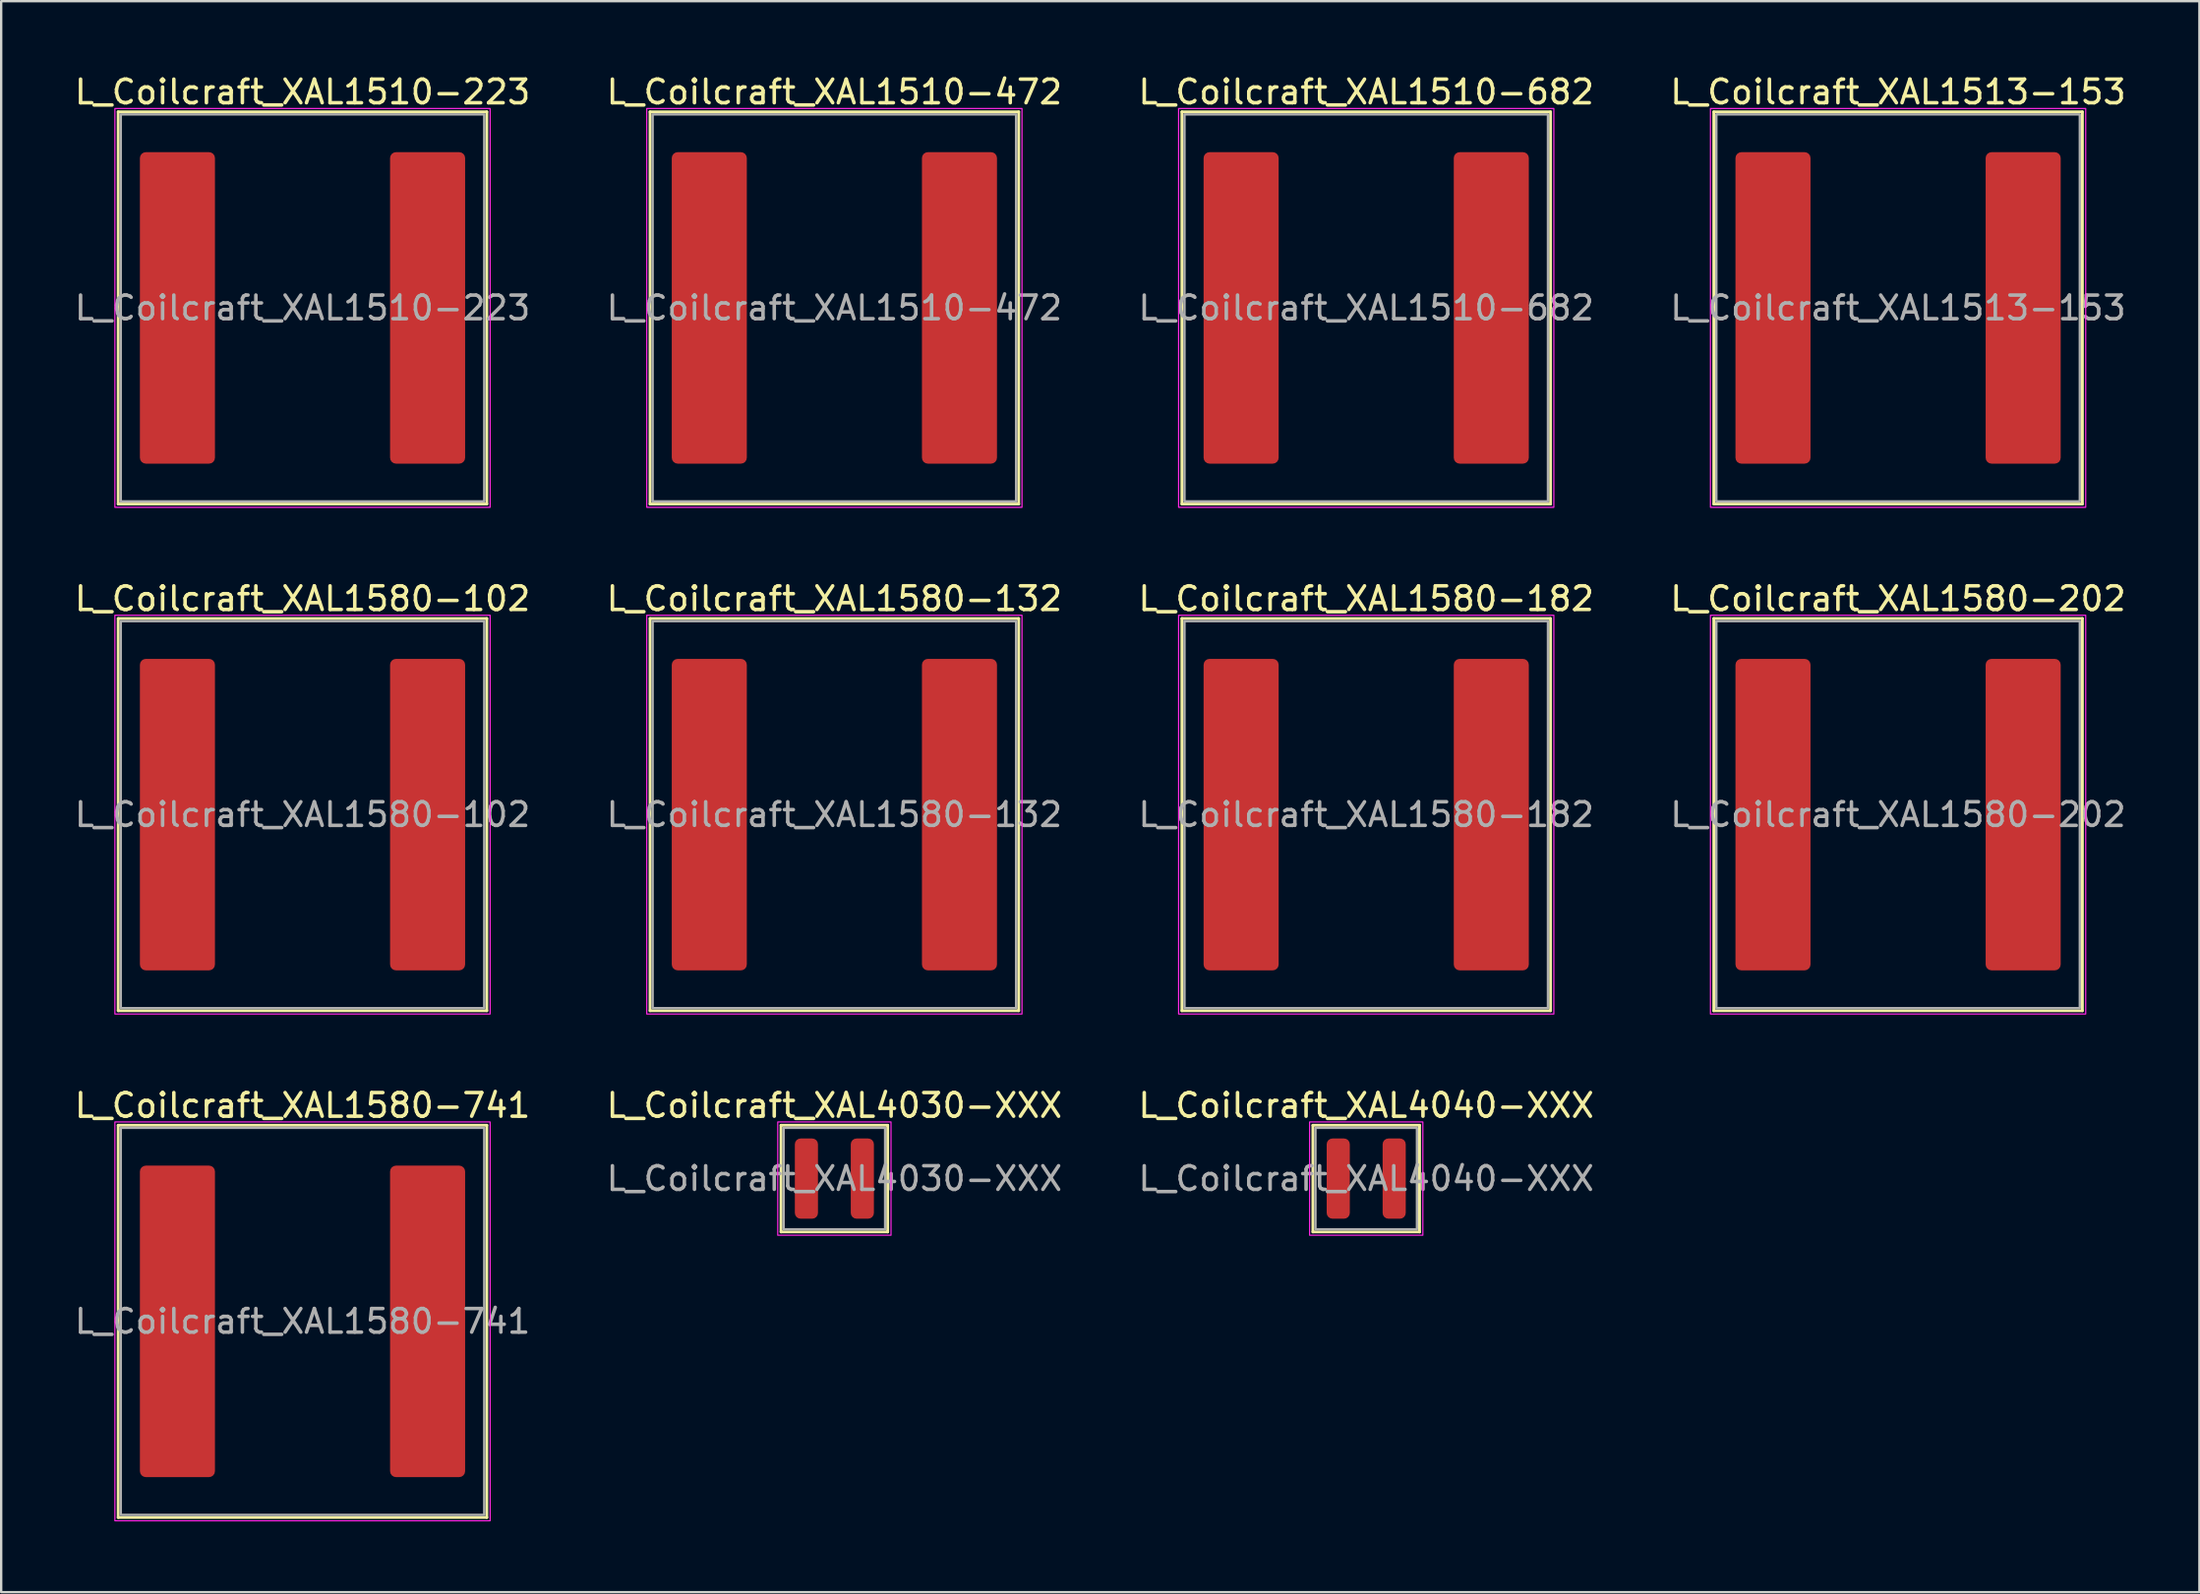
<source format=kicad_pcb>
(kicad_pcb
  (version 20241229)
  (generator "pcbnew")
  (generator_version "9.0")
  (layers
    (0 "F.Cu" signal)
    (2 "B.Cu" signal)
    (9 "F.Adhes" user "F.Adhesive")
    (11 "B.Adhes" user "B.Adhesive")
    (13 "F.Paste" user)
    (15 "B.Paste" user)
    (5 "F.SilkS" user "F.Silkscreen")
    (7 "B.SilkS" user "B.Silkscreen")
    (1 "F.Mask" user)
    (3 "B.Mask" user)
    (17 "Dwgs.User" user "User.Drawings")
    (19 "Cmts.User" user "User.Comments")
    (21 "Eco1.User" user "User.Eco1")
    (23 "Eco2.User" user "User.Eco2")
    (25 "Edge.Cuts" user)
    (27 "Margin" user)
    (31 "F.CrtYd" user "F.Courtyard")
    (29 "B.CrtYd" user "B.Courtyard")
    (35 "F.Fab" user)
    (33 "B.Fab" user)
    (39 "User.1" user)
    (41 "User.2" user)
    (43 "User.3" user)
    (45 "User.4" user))
  (footprint "L_Coilcraft_XAL1510-472"
    (layer "F.Cu")
    (at 32.304 9.998)
    (property "Reference" "L_Coilcraft_XAL1510-472" (at 0 -9.15 0) (layer "F.SilkS") (effects (font (size 1 1) (thickness 0.15))))
    (attr smd)
    (fp_line (start -7.81 -8.31) (end 7.81 -8.31) (stroke (width 0.12) (type solid)) (layer "F.SilkS"))
    (fp_line (start -7.81 8.31) (end -7.81 -8.31) (stroke (width 0.12) (type solid)) (layer "F.SilkS"))
    (fp_line (start 7.81 -8.31) (end 7.81 8.31) (stroke (width 0.12) (type solid)) (layer "F.SilkS"))
    (fp_line (start 7.81 8.31) (end -7.81 8.31) (stroke (width 0.12) (type solid)) (layer "F.SilkS"))
    (fp_rect (start -7.95 -8.45) (end 7.95 8.45) (stroke (width 0.05) (type solid)) (fill no) (layer "F.CrtYd"))
    (fp_rect (start -7.7 -8.2) (end 7.7 8.2) (stroke (width 0.1) (type solid)) (fill no) (layer "F.Fab"))
    (fp_text user "${REFERENCE}" (at 0 0 0) (layer "F.Fab") (effects (font (size 1 1) (thickness 0.15))))
    (pad "1" smd roundrect (at -5.3 0) (size 3.18 13.2) (layers "F.Cu" "F.Mask" "F.Paste") (roundrect_rratio 0.079))
    (pad "2" smd roundrect (at 5.3 0) (size 3.18 13.2) (layers "F.Cu" "F.Mask" "F.Paste") (roundrect_rratio 0.079)))
  (footprint "L_Coilcraft_XAL1580-182"
    (layer "F.Cu")
    (at 54.839 31.471)
    (property "Reference" "L_Coilcraft_XAL1580-182" (at 0 -9.15 0) (layer "F.SilkS") (effects (font (size 1 1) (thickness 0.15))))
    (attr smd)
    (fp_line (start -7.81 -8.31) (end 7.81 -8.31) (stroke (width 0.12) (type solid)) (layer "F.SilkS"))
    (fp_line (start -7.81 8.31) (end -7.81 -8.31) (stroke (width 0.12) (type solid)) (layer "F.SilkS"))
    (fp_line (start 7.81 -8.31) (end 7.81 8.31) (stroke (width 0.12) (type solid)) (layer "F.SilkS"))
    (fp_line (start 7.81 8.31) (end -7.81 8.31) (stroke (width 0.12) (type solid)) (layer "F.SilkS"))
    (fp_rect (start -7.95 -8.45) (end 7.95 8.45) (stroke (width 0.05) (type solid)) (fill no) (layer "F.CrtYd"))
    (fp_rect (start -7.7 -8.2) (end 7.7 8.2) (stroke (width 0.1) (type solid)) (fill no) (layer "F.Fab"))
    (fp_text user "${REFERENCE}" (at 0 0 0) (layer "F.Fab") (effects (font (size 1 1) (thickness 0.15))))
    (pad "1" smd roundrect (at -5.3 0) (size 3.18 13.2) (layers "F.Cu" "F.Mask" "F.Paste") (roundrect_rratio 0.079))
    (pad "2" smd roundrect (at 5.3 0) (size 3.18 13.2) (layers "F.Cu" "F.Mask" "F.Paste") (roundrect_rratio 0.079)))
  (footprint "L_Coilcraft_XAL1513-153"
    (layer "F.Cu")
    (at 77.375 9.998)
    (property "Reference" "L_Coilcraft_XAL1513-153" (at 0 -9.15 0) (layer "F.SilkS") (effects (font (size 1 1) (thickness 0.15))))
    (attr smd)
    (fp_line (start -7.81 -8.31) (end 7.81 -8.31) (stroke (width 0.12) (type solid)) (layer "F.SilkS"))
    (fp_line (start -7.81 8.31) (end -7.81 -8.31) (stroke (width 0.12) (type solid)) (layer "F.SilkS"))
    (fp_line (start 7.81 -8.31) (end 7.81 8.31) (stroke (width 0.12) (type solid)) (layer "F.SilkS"))
    (fp_line (start 7.81 8.31) (end -7.81 8.31) (stroke (width 0.12) (type solid)) (layer "F.SilkS"))
    (fp_rect (start -7.95 -8.45) (end 7.95 8.45) (stroke (width 0.05) (type solid)) (fill no) (layer "F.CrtYd"))
    (fp_rect (start -7.7 -8.2) (end 7.7 8.2) (stroke (width 0.1) (type solid)) (fill no) (layer "F.Fab"))
    (fp_text user "${REFERENCE}" (at 0 0 0) (layer "F.Fab") (effects (font (size 1 1) (thickness 0.15))))
    (pad "1" smd roundrect (at -5.3 0) (size 3.18 13.2) (layers "F.Cu" "F.Mask" "F.Paste") (roundrect_rratio 0.079))
    (pad "2" smd roundrect (at 5.3 0) (size 3.18 13.2) (layers "F.Cu" "F.Mask" "F.Paste") (roundrect_rratio 0.079)))
  (footprint "L_Coilcraft_XAL1580-741"
    (layer "F.Cu")
    (at 9.768 52.945)
    (property "Reference" "L_Coilcraft_XAL1580-741" (at 0 -9.15 0) (layer "F.SilkS") (effects (font (size 1 1) (thickness 0.15))))
    (attr smd)
    (fp_line (start -7.81 -8.31) (end 7.81 -8.31) (stroke (width 0.12) (type solid)) (layer "F.SilkS"))
    (fp_line (start -7.81 8.31) (end -7.81 -8.31) (stroke (width 0.12) (type solid)) (layer "F.SilkS"))
    (fp_line (start 7.81 -8.31) (end 7.81 8.31) (stroke (width 0.12) (type solid)) (layer "F.SilkS"))
    (fp_line (start 7.81 8.31) (end -7.81 8.31) (stroke (width 0.12) (type solid)) (layer "F.SilkS"))
    (fp_rect (start -7.95 -8.45) (end 7.95 8.45) (stroke (width 0.05) (type solid)) (fill no) (layer "F.CrtYd"))
    (fp_rect (start -7.7 -8.2) (end 7.7 8.2) (stroke (width 0.1) (type solid)) (fill no) (layer "F.Fab"))
    (fp_text user "${REFERENCE}" (at 0 0 0) (layer "F.Fab") (effects (font (size 1 1) (thickness 0.15))))
    (pad "1" smd roundrect (at -5.3 0) (size 3.18 13.2) (layers "F.Cu" "F.Mask" "F.Paste") (roundrect_rratio 0.079))
    (pad "2" smd roundrect (at 5.3 0) (size 3.18 13.2) (layers "F.Cu" "F.Mask" "F.Paste") (roundrect_rratio 0.079)))
  (footprint "L_Coilcraft_XAL1580-132"
    (layer "F.Cu")
    (at 32.304 31.471)
    (property "Reference" "L_Coilcraft_XAL1580-132" (at 0 -9.15 0) (layer "F.SilkS") (effects (font (size 1 1) (thickness 0.15))))
    (attr smd)
    (fp_line (start -7.81 -8.31) (end 7.81 -8.31) (stroke (width 0.12) (type solid)) (layer "F.SilkS"))
    (fp_line (start -7.81 8.31) (end -7.81 -8.31) (stroke (width 0.12) (type solid)) (layer "F.SilkS"))
    (fp_line (start 7.81 -8.31) (end 7.81 8.31) (stroke (width 0.12) (type solid)) (layer "F.SilkS"))
    (fp_line (start 7.81 8.31) (end -7.81 8.31) (stroke (width 0.12) (type solid)) (layer "F.SilkS"))
    (fp_rect (start -7.95 -8.45) (end 7.95 8.45) (stroke (width 0.05) (type solid)) (fill no) (layer "F.CrtYd"))
    (fp_rect (start -7.7 -8.2) (end 7.7 8.2) (stroke (width 0.1) (type solid)) (fill no) (layer "F.Fab"))
    (fp_text user "${REFERENCE}" (at 0 0 0) (layer "F.Fab") (effects (font (size 1 1) (thickness 0.15))))
    (pad "1" smd roundrect (at -5.3 0) (size 3.18 13.2) (layers "F.Cu" "F.Mask" "F.Paste") (roundrect_rratio 0.079))
    (pad "2" smd roundrect (at 5.3 0) (size 3.18 13.2) (layers "F.Cu" "F.Mask" "F.Paste") (roundrect_rratio 0.079)))
  (footprint "L_Coilcraft_XAL1510-682"
    (layer "F.Cu")
    (at 54.839 9.998)
    (property "Reference" "L_Coilcraft_XAL1510-682" (at 0 -9.15 0) (layer "F.SilkS") (effects (font (size 1 1) (thickness 0.15))))
    (attr smd)
    (fp_line (start -7.81 -8.31) (end 7.81 -8.31) (stroke (width 0.12) (type solid)) (layer "F.SilkS"))
    (fp_line (start -7.81 8.31) (end -7.81 -8.31) (stroke (width 0.12) (type solid)) (layer "F.SilkS"))
    (fp_line (start 7.81 -8.31) (end 7.81 8.31) (stroke (width 0.12) (type solid)) (layer "F.SilkS"))
    (fp_line (start 7.81 8.31) (end -7.81 8.31) (stroke (width 0.12) (type solid)) (layer "F.SilkS"))
    (fp_rect (start -7.95 -8.45) (end 7.95 8.45) (stroke (width 0.05) (type solid)) (fill no) (layer "F.CrtYd"))
    (fp_rect (start -7.7 -8.2) (end 7.7 8.2) (stroke (width 0.1) (type solid)) (fill no) (layer "F.Fab"))
    (fp_text user "${REFERENCE}" (at 0 0 0) (layer "F.Fab") (effects (font (size 1 1) (thickness 0.15))))
    (pad "1" smd roundrect (at -5.3 0) (size 3.18 13.2) (layers "F.Cu" "F.Mask" "F.Paste") (roundrect_rratio 0.079))
    (pad "2" smd roundrect (at 5.3 0) (size 3.18 13.2) (layers "F.Cu" "F.Mask" "F.Paste") (roundrect_rratio 0.079)))
  (footprint "L_Coilcraft_XAL1510-223"
    (layer "F.Cu")
    (at 9.768 9.998)
    (property "Reference" "L_Coilcraft_XAL1510-223" (at 0 -9.15 0) (layer "F.SilkS") (effects (font (size 1 1) (thickness 0.15))))
    (attr smd)
    (fp_line (start -7.81 -8.31) (end 7.81 -8.31) (stroke (width 0.12) (type solid)) (layer "F.SilkS"))
    (fp_line (start -7.81 8.31) (end -7.81 -8.31) (stroke (width 0.12) (type solid)) (layer "F.SilkS"))
    (fp_line (start 7.81 -8.31) (end 7.81 8.31) (stroke (width 0.12) (type solid)) (layer "F.SilkS"))
    (fp_line (start 7.81 8.31) (end -7.81 8.31) (stroke (width 0.12) (type solid)) (layer "F.SilkS"))
    (fp_rect (start -7.95 -8.45) (end 7.95 8.45) (stroke (width 0.05) (type solid)) (fill no) (layer "F.CrtYd"))
    (fp_rect (start -7.7 -8.2) (end 7.7 8.2) (stroke (width 0.1) (type solid)) (fill no) (layer "F.Fab"))
    (fp_text user "${REFERENCE}" (at 0 0 0) (layer "F.Fab") (effects (font (size 1 1) (thickness 0.15))))
    (pad "1" smd roundrect (at -5.3 0) (size 3.18 13.2) (layers "F.Cu" "F.Mask" "F.Paste") (roundrect_rratio 0.079))
    (pad "2" smd roundrect (at 5.3 0) (size 3.18 13.2) (layers "F.Cu" "F.Mask" "F.Paste") (roundrect_rratio 0.079)))
  (footprint "L_Coilcraft_XAL1580-202"
    (layer "F.Cu")
    (at 77.375 31.471)
    (property "Reference" "L_Coilcraft_XAL1580-202" (at 0 -9.15 0) (layer "F.SilkS") (effects (font (size 1 1) (thickness 0.15))))
    (attr smd)
    (fp_line (start -7.81 -8.31) (end 7.81 -8.31) (stroke (width 0.12) (type solid)) (layer "F.SilkS"))
    (fp_line (start -7.81 8.31) (end -7.81 -8.31) (stroke (width 0.12) (type solid)) (layer "F.SilkS"))
    (fp_line (start 7.81 -8.31) (end 7.81 8.31) (stroke (width 0.12) (type solid)) (layer "F.SilkS"))
    (fp_line (start 7.81 8.31) (end -7.81 8.31) (stroke (width 0.12) (type solid)) (layer "F.SilkS"))
    (fp_rect (start -7.95 -8.45) (end 7.95 8.45) (stroke (width 0.05) (type solid)) (fill no) (layer "F.CrtYd"))
    (fp_rect (start -7.7 -8.2) (end 7.7 8.2) (stroke (width 0.1) (type solid)) (fill no) (layer "F.Fab"))
    (fp_text user "${REFERENCE}" (at 0 0 0) (layer "F.Fab") (effects (font (size 1 1) (thickness 0.15))))
    (pad "1" smd roundrect (at -5.3 0) (size 3.18 13.2) (layers "F.Cu" "F.Mask" "F.Paste") (roundrect_rratio 0.079))
    (pad "2" smd roundrect (at 5.3 0) (size 3.18 13.2) (layers "F.Cu" "F.Mask" "F.Paste") (roundrect_rratio 0.079)))
  (footprint "L_Coilcraft_XAL4040-XXX"
    (layer "F.Cu")
    (at 54.839 46.895)
    (property "Reference" "L_Coilcraft_XAL4040-XXX" (at 0 -3.1 0) (layer "F.SilkS") (effects (font (size 1 1) (thickness 0.15))))
    (attr smd)
    (fp_line (start -2.26 -2.26) (end 2.26 -2.26) (stroke (width 0.12) (type solid)) (layer "F.SilkS"))
    (fp_line (start -2.26 2.26) (end -2.26 -2.26) (stroke (width 0.12) (type solid)) (layer "F.SilkS"))
    (fp_line (start 2.26 -2.26) (end 2.26 2.26) (stroke (width 0.12) (type solid)) (layer "F.SilkS"))
    (fp_line (start 2.26 2.26) (end -2.26 2.26) (stroke (width 0.12) (type solid)) (layer "F.SilkS"))
    (fp_rect (start -2.4 -2.4) (end 2.4 2.4) (stroke (width 0.05) (type solid)) (fill no) (layer "F.CrtYd"))
    (fp_rect (start -2.15 -2.15) (end 2.15 2.15) (stroke (width 0.1) (type solid)) (fill no) (layer "F.Fab"))
    (fp_text user "${REFERENCE}" (at 0 0 0) (layer "F.Fab") (effects (font (size 1 1) (thickness 0.15))))
    (pad "1" smd roundrect (at -1.185 0) (size 0.98 3.4) (layers "F.Cu" "F.Mask" "F.Paste") (roundrect_rratio 0.25))
    (pad "2" smd roundrect (at 1.185 0) (size 0.98 3.4) (layers "F.Cu" "F.Mask" "F.Paste") (roundrect_rratio 0.25)))
  (footprint "L_Coilcraft_XAL1580-102"
    (layer "F.Cu")
    (at 9.768 31.471)
    (property "Reference" "L_Coilcraft_XAL1580-102" (at 0 -9.15 0) (layer "F.SilkS") (effects (font (size 1 1) (thickness 0.15))))
    (attr smd)
    (fp_line (start -7.81 -8.31) (end 7.81 -8.31) (stroke (width 0.12) (type solid)) (layer "F.SilkS"))
    (fp_line (start -7.81 8.31) (end -7.81 -8.31) (stroke (width 0.12) (type solid)) (layer "F.SilkS"))
    (fp_line (start 7.81 -8.31) (end 7.81 8.31) (stroke (width 0.12) (type solid)) (layer "F.SilkS"))
    (fp_line (start 7.81 8.31) (end -7.81 8.31) (stroke (width 0.12) (type solid)) (layer "F.SilkS"))
    (fp_rect (start -7.95 -8.45) (end 7.95 8.45) (stroke (width 0.05) (type solid)) (fill no) (layer "F.CrtYd"))
    (fp_rect (start -7.7 -8.2) (end 7.7 8.2) (stroke (width 0.1) (type solid)) (fill no) (layer "F.Fab"))
    (fp_text user "${REFERENCE}" (at 0 0 0) (layer "F.Fab") (effects (font (size 1 1) (thickness 0.15))))
    (pad "1" smd roundrect (at -5.3 0) (size 3.18 13.2) (layers "F.Cu" "F.Mask" "F.Paste") (roundrect_rratio 0.079))
    (pad "2" smd roundrect (at 5.3 0) (size 3.18 13.2) (layers "F.Cu" "F.Mask" "F.Paste") (roundrect_rratio 0.079)))
  (footprint "L_Coilcraft_XAL4030-XXX"
    (layer "F.Cu")
    (at 32.304 46.895)
    (property "Reference" "L_Coilcraft_XAL4030-XXX" (at 0 -3.1 0) (layer "F.SilkS") (effects (font (size 1 1) (thickness 0.15))))
    (attr smd)
    (fp_line (start -2.26 -2.26) (end 2.26 -2.26) (stroke (width 0.12) (type solid)) (layer "F.SilkS"))
    (fp_line (start -2.26 2.26) (end -2.26 -2.26) (stroke (width 0.12) (type solid)) (layer "F.SilkS"))
    (fp_line (start 2.26 -2.26) (end 2.26 2.26) (stroke (width 0.12) (type solid)) (layer "F.SilkS"))
    (fp_line (start 2.26 2.26) (end -2.26 2.26) (stroke (width 0.12) (type solid)) (layer "F.SilkS"))
    (fp_rect (start -2.4 -2.4) (end 2.4 2.4) (stroke (width 0.05) (type solid)) (fill no) (layer "F.CrtYd"))
    (fp_rect (start -2.15 -2.15) (end 2.15 2.15) (stroke (width 0.1) (type solid)) (fill no) (layer "F.Fab"))
    (fp_text user "${REFERENCE}" (at 0 0 0) (layer "F.Fab") (effects (font (size 1 1) (thickness 0.15))))
    (pad "1" smd roundrect (at -1.185 0) (size 0.98 3.4) (layers "F.Cu" "F.Mask" "F.Paste") (roundrect_rratio 0.25))
    (pad "2" smd roundrect (at 1.185 0) (size 0.98 3.4) (layers "F.Cu" "F.Mask" "F.Paste") (roundrect_rratio 0.25)))
  (gr_rect
    (start -3 -3)
    (end 90.143 64.42)
    (stroke (width 0.1) (type default))
    (fill no)
    (layer "Edge.Cuts")))
</source>
